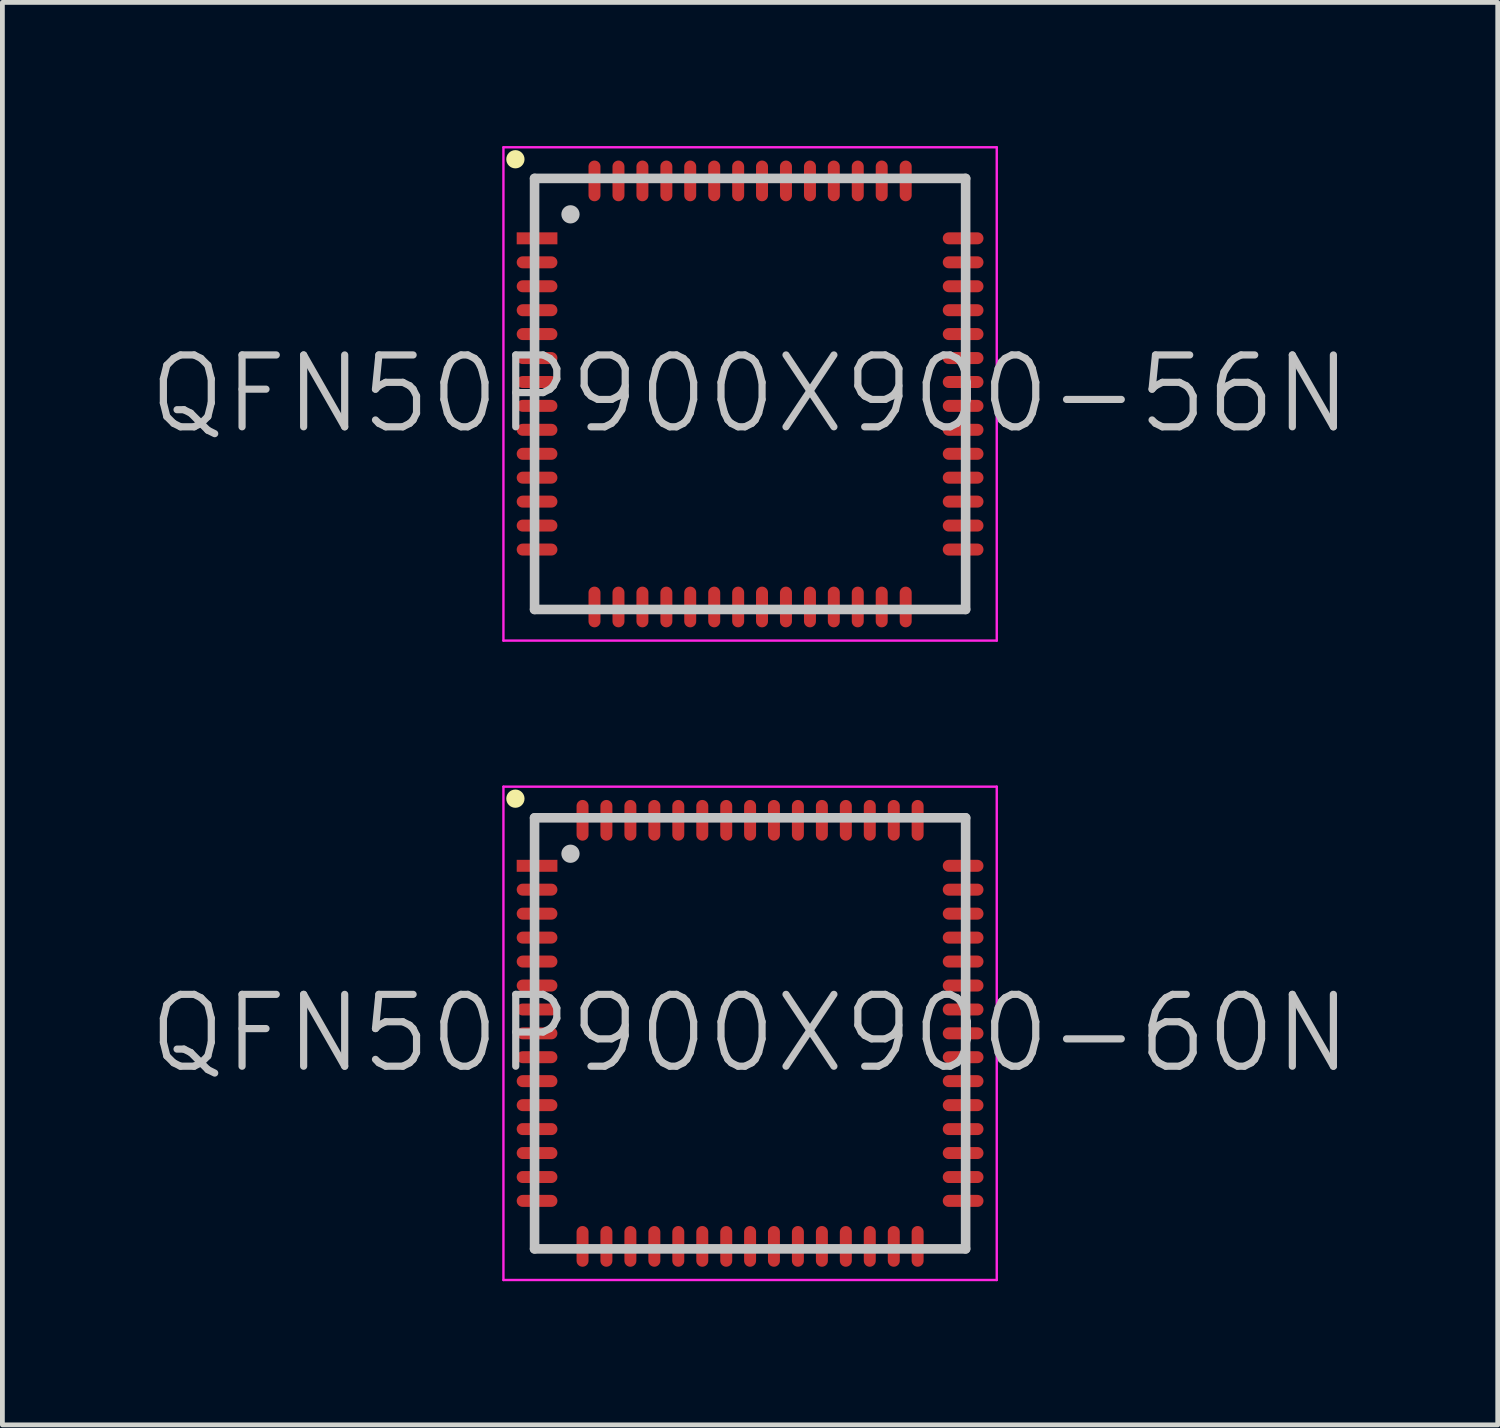
<source format=kicad_pcb>
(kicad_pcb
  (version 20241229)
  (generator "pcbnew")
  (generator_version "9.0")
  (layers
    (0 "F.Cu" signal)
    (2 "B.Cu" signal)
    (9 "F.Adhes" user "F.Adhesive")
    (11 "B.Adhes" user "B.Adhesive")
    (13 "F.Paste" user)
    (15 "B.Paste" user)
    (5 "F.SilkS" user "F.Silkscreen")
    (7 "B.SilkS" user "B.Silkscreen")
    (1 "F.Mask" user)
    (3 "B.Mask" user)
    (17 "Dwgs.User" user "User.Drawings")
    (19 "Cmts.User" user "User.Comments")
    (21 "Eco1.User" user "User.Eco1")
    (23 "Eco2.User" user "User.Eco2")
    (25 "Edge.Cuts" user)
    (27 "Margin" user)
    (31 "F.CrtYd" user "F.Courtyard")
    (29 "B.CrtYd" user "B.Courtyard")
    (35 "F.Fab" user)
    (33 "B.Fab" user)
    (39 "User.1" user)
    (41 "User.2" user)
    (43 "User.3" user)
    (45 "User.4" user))
  (footprint "QFN50P900X900-60N"
    (layer "F.Cu")
    (at 12.611 18.525)
    (property "Reference" "QFN50P900X900-60N" (at 0 0 0) (layer "Dwgs.User") (effects (font (size 1.5 1.5) (thickness 0.15))))
    (attr smd)
    (fp_line (start -4.9 -4.9) (end -4.9 -4.9) (stroke (width 0.381) (type solid)) (layer "F.SilkS"))
    (fp_line (start -4.5 -4.5) (end -4.5 4.5) (stroke (width 0.2) (type solid)) (layer "Dwgs.User"))
    (fp_line (start -4.5 -4.5) (end 4.5 -4.5) (stroke (width 0.2) (type solid)) (layer "Dwgs.User"))
    (fp_line (start -4.5 4.5) (end 4.5 4.5) (stroke (width 0.2) (type solid)) (layer "Dwgs.User"))
    (fp_line (start -3.75 -3.75) (end -3.75 -3.75) (stroke (width 0.381) (type solid)) (layer "Dwgs.User"))
    (fp_line (start 4.5 -4.5) (end 4.5 4.5) (stroke (width 0.2) (type solid)) (layer "Dwgs.User"))
    (fp_line (start -5.15 -5.15) (end -5.15 5.15) (stroke (width 0.05) (type solid)) (layer "F.CrtYd"))
    (fp_line (start -5.15 -5.15) (end 5.15 -5.15) (stroke (width 0.05) (type solid)) (layer "F.CrtYd"))
    (fp_line (start -5.15 5.15) (end 5.15 5.15) (stroke (width 0.05) (type solid)) (layer "F.CrtYd"))
    (fp_line (start 5.15 -5.15) (end 5.15 5.15) (stroke (width 0.05) (type solid)) (layer "F.CrtYd"))
    (pad "1" smd rect (at -4.448 -3.498 90) (size 0.25 0.85) (layers "F.Cu" "F.Mask" "F.Paste"))
    (pad "2" smd oval (at -4.448 -3 90) (size 0.25 0.85) (layers "F.Cu" "F.Mask" "F.Paste"))
    (pad "3" smd oval (at -4.448 -2.499 90) (size 0.25 0.85) (layers "F.Cu" "F.Mask" "F.Paste"))
    (pad "4" smd oval (at -4.448 -1.999 90) (size 0.25 0.85) (layers "F.Cu" "F.Mask" "F.Paste"))
    (pad "5" smd oval (at -4.448 -1.499 90) (size 0.25 0.85) (layers "F.Cu" "F.Mask" "F.Paste"))
    (pad "6" smd oval (at -4.448 -0.998 90) (size 0.25 0.85) (layers "F.Cu" "F.Mask" "F.Paste"))
    (pad "7" smd oval (at -4.448 -0.498 90) (size 0.25 0.85) (layers "F.Cu" "F.Mask" "F.Paste"))
    (pad "8" smd oval (at -4.448 0 90) (size 0.25 0.85) (layers "F.Cu" "F.Mask" "F.Paste"))
    (pad "9" smd oval (at -4.448 0.498 90) (size 0.25 0.85) (layers "F.Cu" "F.Mask" "F.Paste"))
    (pad "10" smd oval (at -4.448 0.998 90) (size 0.25 0.85) (layers "F.Cu" "F.Mask" "F.Paste"))
    (pad "11" smd oval (at -4.448 1.499 90) (size 0.25 0.85) (layers "F.Cu" "F.Mask" "F.Paste"))
    (pad "12" smd oval (at -4.448 1.999 90) (size 0.25 0.85) (layers "F.Cu" "F.Mask" "F.Paste"))
    (pad "13" smd oval (at -4.448 2.499 90) (size 0.25 0.85) (layers "F.Cu" "F.Mask" "F.Paste"))
    (pad "14" smd oval (at -4.448 3 90) (size 0.25 0.85) (layers "F.Cu" "F.Mask" "F.Paste"))
    (pad "15" smd oval (at -4.448 3.498 90) (size 0.25 0.85) (layers "F.Cu" "F.Mask" "F.Paste"))
    (pad "16" smd oval (at -3.498 4.448 180) (size 0.25 0.85) (layers "F.Cu" "F.Mask" "F.Paste"))
    (pad "17" smd oval (at -3 4.448 180) (size 0.25 0.85) (layers "F.Cu" "F.Mask" "F.Paste"))
    (pad "18" smd oval (at -2.499 4.448 180) (size 0.25 0.85) (layers "F.Cu" "F.Mask" "F.Paste"))
    (pad "19" smd oval (at -1.999 4.448 180) (size 0.25 0.85) (layers "F.Cu" "F.Mask" "F.Paste"))
    (pad "20" smd oval (at -1.499 4.448 180) (size 0.25 0.85) (layers "F.Cu" "F.Mask" "F.Paste"))
    (pad "21" smd oval (at -0.998 4.448 180) (size 0.25 0.85) (layers "F.Cu" "F.Mask" "F.Paste"))
    (pad "22" smd oval (at -0.498 4.448 180) (size 0.25 0.85) (layers "F.Cu" "F.Mask" "F.Paste"))
    (pad "23" smd oval (at 0 4.448 180) (size 0.25 0.85) (layers "F.Cu" "F.Mask" "F.Paste"))
    (pad "24" smd oval (at 0.498 4.448 180) (size 0.25 0.85) (layers "F.Cu" "F.Mask" "F.Paste"))
    (pad "25" smd oval (at 0.998 4.448 180) (size 0.25 0.85) (layers "F.Cu" "F.Mask" "F.Paste"))
    (pad "26" smd oval (at 1.499 4.448 180) (size 0.25 0.85) (layers "F.Cu" "F.Mask" "F.Paste"))
    (pad "27" smd oval (at 1.999 4.448 180) (size 0.25 0.85) (layers "F.Cu" "F.Mask" "F.Paste"))
    (pad "28" smd oval (at 2.499 4.448 180) (size 0.25 0.85) (layers "F.Cu" "F.Mask" "F.Paste"))
    (pad "29" smd oval (at 3 4.448 180) (size 0.25 0.85) (layers "F.Cu" "F.Mask" "F.Paste"))
    (pad "30" smd oval (at 3.498 4.448 180) (size 0.25 0.85) (layers "F.Cu" "F.Mask" "F.Paste"))
    (pad "31" smd oval (at 4.448 3.498 270) (size 0.25 0.85) (layers "F.Cu" "F.Mask" "F.Paste"))
    (pad "32" smd oval (at 4.448 3 270) (size 0.25 0.85) (layers "F.Cu" "F.Mask" "F.Paste"))
    (pad "33" smd oval (at 4.448 2.499 270) (size 0.25 0.85) (layers "F.Cu" "F.Mask" "F.Paste"))
    (pad "34" smd oval (at 4.448 1.999 270) (size 0.25 0.85) (layers "F.Cu" "F.Mask" "F.Paste"))
    (pad "35" smd oval (at 4.448 1.499 270) (size 0.25 0.85) (layers "F.Cu" "F.Mask" "F.Paste"))
    (pad "36" smd oval (at 4.448 0.998 270) (size 0.25 0.85) (layers "F.Cu" "F.Mask" "F.Paste"))
    (pad "37" smd oval (at 4.448 0.498 270) (size 0.25 0.85) (layers "F.Cu" "F.Mask" "F.Paste"))
    (pad "38" smd oval (at 4.448 0 270) (size 0.25 0.85) (layers "F.Cu" "F.Mask" "F.Paste"))
    (pad "39" smd oval (at 4.448 -0.498 270) (size 0.25 0.85) (layers "F.Cu" "F.Mask" "F.Paste"))
    (pad "40" smd oval (at 4.448 -0.998 270) (size 0.25 0.85) (layers "F.Cu" "F.Mask" "F.Paste"))
    (pad "41" smd oval (at 4.448 -1.499 270) (size 0.25 0.85) (layers "F.Cu" "F.Mask" "F.Paste"))
    (pad "42" smd oval (at 4.448 -1.999 270) (size 0.25 0.85) (layers "F.Cu" "F.Mask" "F.Paste"))
    (pad "43" smd oval (at 4.448 -2.499 270) (size 0.25 0.85) (layers "F.Cu" "F.Mask" "F.Paste"))
    (pad "44" smd oval (at 4.448 -3 270) (size 0.25 0.85) (layers "F.Cu" "F.Mask" "F.Paste"))
    (pad "45" smd oval (at 4.448 -3.498 270) (size 0.25 0.85) (layers "F.Cu" "F.Mask" "F.Paste"))
    (pad "46" smd oval (at 3.498 -4.448) (size 0.25 0.85) (layers "F.Cu" "F.Mask" "F.Paste"))
    (pad "47" smd oval (at 3 -4.448) (size 0.25 0.85) (layers "F.Cu" "F.Mask" "F.Paste"))
    (pad "48" smd oval (at 2.499 -4.448) (size 0.25 0.85) (layers "F.Cu" "F.Mask" "F.Paste"))
    (pad "49" smd oval (at 1.999 -4.448) (size 0.25 0.85) (layers "F.Cu" "F.Mask" "F.Paste"))
    (pad "50" smd oval (at 1.499 -4.448) (size 0.25 0.85) (layers "F.Cu" "F.Mask" "F.Paste"))
    (pad "51" smd oval (at 0.998 -4.448) (size 0.25 0.85) (layers "F.Cu" "F.Mask" "F.Paste"))
    (pad "52" smd oval (at 0.498 -4.448) (size 0.25 0.85) (layers "F.Cu" "F.Mask" "F.Paste"))
    (pad "53" smd oval (at 0 -4.448) (size 0.25 0.85) (layers "F.Cu" "F.Mask" "F.Paste"))
    (pad "54" smd oval (at -0.498 -4.448) (size 0.25 0.85) (layers "F.Cu" "F.Mask" "F.Paste"))
    (pad "55" smd oval (at -0.998 -4.448) (size 0.25 0.85) (layers "F.Cu" "F.Mask" "F.Paste"))
    (pad "56" smd oval (at -1.499 -4.448) (size 0.25 0.85) (layers "F.Cu" "F.Mask" "F.Paste"))
    (pad "57" smd oval (at -1.999 -4.448) (size 0.25 0.85) (layers "F.Cu" "F.Mask" "F.Paste"))
    (pad "58" smd oval (at -2.499 -4.448) (size 0.25 0.85) (layers "F.Cu" "F.Mask" "F.Paste"))
    (pad "59" smd oval (at -3 -4.448) (size 0.25 0.85) (layers "F.Cu" "F.Mask" "F.Paste"))
    (pad "60" smd oval (at -3.498 -4.448) (size 0.25 0.85) (layers "F.Cu" "F.Mask" "F.Paste")))
  (footprint "QFN50P900X900-56N"
    (layer "F.Cu")
    (at 12.611 5.175)
    (property "Reference" "QFN50P900X900-56N" (at 0 0 0) (layer "Dwgs.User") (effects (font (size 1.5 1.5) (thickness 0.15))))
    (attr smd)
    (fp_line (start -4.9 -4.9) (end -4.9 -4.9) (stroke (width 0.381) (type solid)) (layer "F.SilkS"))
    (fp_line (start -4.5 -4.5) (end -4.5 4.5) (stroke (width 0.2) (type solid)) (layer "Dwgs.User"))
    (fp_line (start -4.5 -4.5) (end 4.5 -4.5) (stroke (width 0.2) (type solid)) (layer "Dwgs.User"))
    (fp_line (start -4.5 4.5) (end 4.5 4.5) (stroke (width 0.2) (type solid)) (layer "Dwgs.User"))
    (fp_line (start -3.75 -3.75) (end -3.75 -3.75) (stroke (width 0.381) (type solid)) (layer "Dwgs.User"))
    (fp_line (start 4.5 -4.5) (end 4.5 4.5) (stroke (width 0.2) (type solid)) (layer "Dwgs.User"))
    (fp_line (start -5.15 -5.15) (end -5.15 5.15) (stroke (width 0.05) (type solid)) (layer "F.CrtYd"))
    (fp_line (start -5.15 -5.15) (end 5.15 -5.15) (stroke (width 0.05) (type solid)) (layer "F.CrtYd"))
    (fp_line (start -5.15 5.15) (end 5.15 5.15) (stroke (width 0.05) (type solid)) (layer "F.CrtYd"))
    (fp_line (start 5.15 -5.15) (end 5.15 5.15) (stroke (width 0.05) (type solid)) (layer "F.CrtYd"))
    (pad "1" smd rect (at -4.448 -3.249 90) (size 0.25 0.85) (layers "F.Cu" "F.Mask" "F.Paste"))
    (pad "2" smd oval (at -4.448 -2.748 90) (size 0.25 0.85) (layers "F.Cu" "F.Mask" "F.Paste"))
    (pad "3" smd oval (at -4.448 -2.248 90) (size 0.25 0.85) (layers "F.Cu" "F.Mask" "F.Paste"))
    (pad "4" smd oval (at -4.448 -1.748 90) (size 0.25 0.85) (layers "F.Cu" "F.Mask" "F.Paste"))
    (pad "5" smd oval (at -4.448 -1.25 90) (size 0.25 0.85) (layers "F.Cu" "F.Mask" "F.Paste"))
    (pad "6" smd oval (at -4.448 -0.749 90) (size 0.25 0.85) (layers "F.Cu" "F.Mask" "F.Paste"))
    (pad "7" smd oval (at -4.448 -0.249 90) (size 0.25 0.85) (layers "F.Cu" "F.Mask" "F.Paste"))
    (pad "8" smd oval (at -4.448 0.249 90) (size 0.25 0.85) (layers "F.Cu" "F.Mask" "F.Paste"))
    (pad "9" smd oval (at -4.448 0.749 90) (size 0.25 0.85) (layers "F.Cu" "F.Mask" "F.Paste"))
    (pad "10" smd oval (at -4.448 1.25 90) (size 0.25 0.85) (layers "F.Cu" "F.Mask" "F.Paste"))
    (pad "11" smd oval (at -4.448 1.748 90) (size 0.25 0.85) (layers "F.Cu" "F.Mask" "F.Paste"))
    (pad "12" smd oval (at -4.448 2.248 90) (size 0.25 0.85) (layers "F.Cu" "F.Mask" "F.Paste"))
    (pad "13" smd oval (at -4.448 2.748 90) (size 0.25 0.85) (layers "F.Cu" "F.Mask" "F.Paste"))
    (pad "14" smd oval (at -4.448 3.249 90) (size 0.25 0.85) (layers "F.Cu" "F.Mask" "F.Paste"))
    (pad "15" smd oval (at -3.249 4.448 180) (size 0.25 0.85) (layers "F.Cu" "F.Mask" "F.Paste"))
    (pad "16" smd oval (at -2.748 4.448 180) (size 0.25 0.85) (layers "F.Cu" "F.Mask" "F.Paste"))
    (pad "17" smd oval (at -2.248 4.448 180) (size 0.25 0.85) (layers "F.Cu" "F.Mask" "F.Paste"))
    (pad "18" smd oval (at -1.748 4.448 180) (size 0.25 0.85) (layers "F.Cu" "F.Mask" "F.Paste"))
    (pad "19" smd oval (at -1.25 4.448 180) (size 0.25 0.85) (layers "F.Cu" "F.Mask" "F.Paste"))
    (pad "20" smd oval (at -0.749 4.448 180) (size 0.25 0.85) (layers "F.Cu" "F.Mask" "F.Paste"))
    (pad "21" smd oval (at -0.249 4.448 180) (size 0.25 0.85) (layers "F.Cu" "F.Mask" "F.Paste"))
    (pad "22" smd oval (at 0.249 4.448 180) (size 0.25 0.85) (layers "F.Cu" "F.Mask" "F.Paste"))
    (pad "23" smd oval (at 0.749 4.448 180) (size 0.25 0.85) (layers "F.Cu" "F.Mask" "F.Paste"))
    (pad "24" smd oval (at 1.25 4.448 180) (size 0.25 0.85) (layers "F.Cu" "F.Mask" "F.Paste"))
    (pad "25" smd oval (at 1.748 4.448 180) (size 0.25 0.85) (layers "F.Cu" "F.Mask" "F.Paste"))
    (pad "26" smd oval (at 2.248 4.448 180) (size 0.25 0.85) (layers "F.Cu" "F.Mask" "F.Paste"))
    (pad "27" smd oval (at 2.748 4.448 180) (size 0.25 0.85) (layers "F.Cu" "F.Mask" "F.Paste"))
    (pad "28" smd oval (at 3.249 4.448 180) (size 0.25 0.85) (layers "F.Cu" "F.Mask" "F.Paste"))
    (pad "29" smd oval (at 4.448 3.249 270) (size 0.25 0.85) (layers "F.Cu" "F.Mask" "F.Paste"))
    (pad "30" smd oval (at 4.448 2.748 270) (size 0.25 0.85) (layers "F.Cu" "F.Mask" "F.Paste"))
    (pad "31" smd oval (at 4.448 2.248 270) (size 0.25 0.85) (layers "F.Cu" "F.Mask" "F.Paste"))
    (pad "32" smd oval (at 4.448 1.748 270) (size 0.25 0.85) (layers "F.Cu" "F.Mask" "F.Paste"))
    (pad "33" smd oval (at 4.448 1.25 270) (size 0.25 0.85) (layers "F.Cu" "F.Mask" "F.Paste"))
    (pad "34" smd oval (at 4.448 0.749 270) (size 0.25 0.85) (layers "F.Cu" "F.Mask" "F.Paste"))
    (pad "35" smd oval (at 4.448 0.249 270) (size 0.25 0.85) (layers "F.Cu" "F.Mask" "F.Paste"))
    (pad "36" smd oval (at 4.448 -0.249 270) (size 0.25 0.85) (layers "F.Cu" "F.Mask" "F.Paste"))
    (pad "37" smd oval (at 4.448 -0.749 270) (size 0.25 0.85) (layers "F.Cu" "F.Mask" "F.Paste"))
    (pad "38" smd oval (at 4.448 -1.25 270) (size 0.25 0.85) (layers "F.Cu" "F.Mask" "F.Paste"))
    (pad "39" smd oval (at 4.448 -1.748 270) (size 0.25 0.85) (layers "F.Cu" "F.Mask" "F.Paste"))
    (pad "40" smd oval (at 4.448 -2.248 270) (size 0.25 0.85) (layers "F.Cu" "F.Mask" "F.Paste"))
    (pad "41" smd oval (at 4.448 -2.748 270) (size 0.25 0.85) (layers "F.Cu" "F.Mask" "F.Paste"))
    (pad "42" smd oval (at 4.448 -3.249 270) (size 0.25 0.85) (layers "F.Cu" "F.Mask" "F.Paste"))
    (pad "43" smd oval (at 3.249 -4.448) (size 0.25 0.85) (layers "F.Cu" "F.Mask" "F.Paste"))
    (pad "44" smd oval (at 2.748 -4.448) (size 0.25 0.85) (layers "F.Cu" "F.Mask" "F.Paste"))
    (pad "45" smd oval (at 2.248 -4.448) (size 0.25 0.85) (layers "F.Cu" "F.Mask" "F.Paste"))
    (pad "46" smd oval (at 1.748 -4.448) (size 0.25 0.85) (layers "F.Cu" "F.Mask" "F.Paste"))
    (pad "47" smd oval (at 1.25 -4.448) (size 0.25 0.85) (layers "F.Cu" "F.Mask" "F.Paste"))
    (pad "48" smd oval (at 0.749 -4.448) (size 0.25 0.85) (layers "F.Cu" "F.Mask" "F.Paste"))
    (pad "49" smd oval (at 0.249 -4.448) (size 0.25 0.85) (layers "F.Cu" "F.Mask" "F.Paste"))
    (pad "50" smd oval (at -0.249 -4.448) (size 0.25 0.85) (layers "F.Cu" "F.Mask" "F.Paste"))
    (pad "51" smd oval (at -0.749 -4.448) (size 0.25 0.85) (layers "F.Cu" "F.Mask" "F.Paste"))
    (pad "52" smd oval (at -1.25 -4.448) (size 0.25 0.85) (layers "F.Cu" "F.Mask" "F.Paste"))
    (pad "53" smd oval (at -1.748 -4.448) (size 0.25 0.85) (layers "F.Cu" "F.Mask" "F.Paste"))
    (pad "54" smd oval (at -2.248 -4.448) (size 0.25 0.85) (layers "F.Cu" "F.Mask" "F.Paste"))
    (pad "55" smd oval (at -2.748 -4.448) (size 0.25 0.85) (layers "F.Cu" "F.Mask" "F.Paste"))
    (pad "56" smd oval (at -3.249 -4.448) (size 0.25 0.85) (layers "F.Cu" "F.Mask" "F.Paste")))
  (gr_rect
    (start -3 -3)
    (end 28.221 26.7)
    (stroke (width 0.1) (type default))
    (fill no)
    (layer "Edge.Cuts")))
</source>
